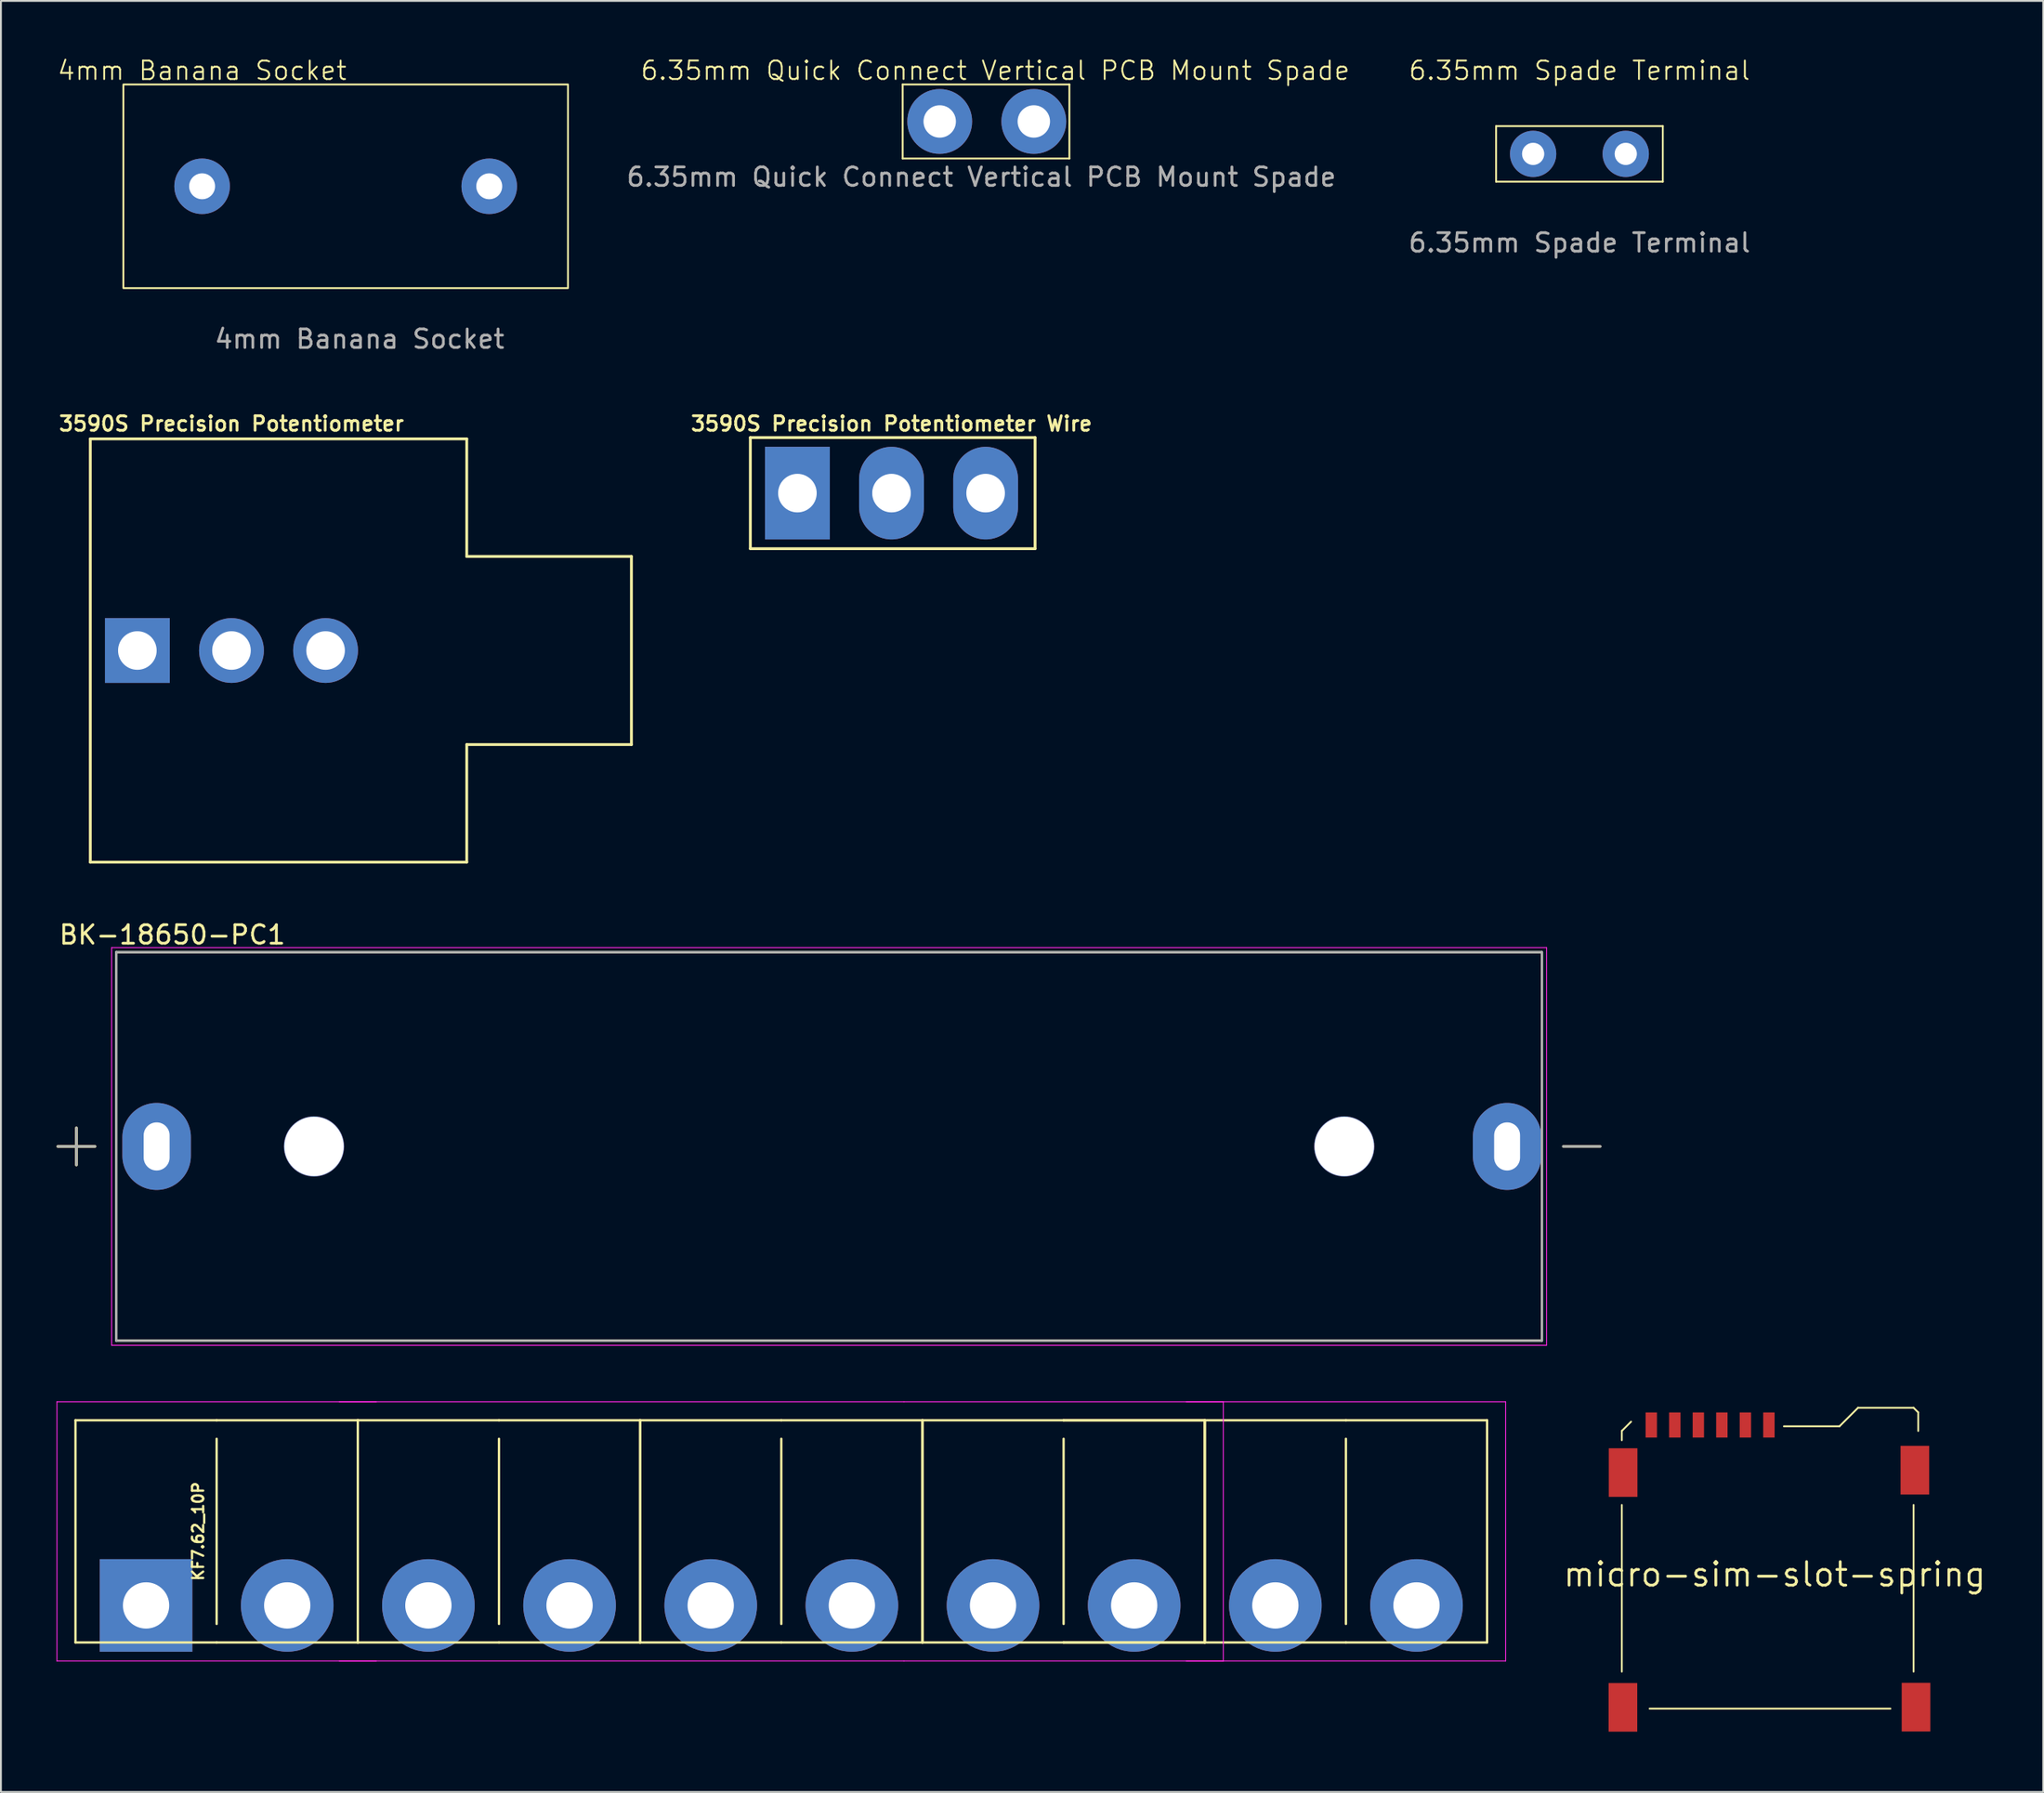
<source format=kicad_pcb>
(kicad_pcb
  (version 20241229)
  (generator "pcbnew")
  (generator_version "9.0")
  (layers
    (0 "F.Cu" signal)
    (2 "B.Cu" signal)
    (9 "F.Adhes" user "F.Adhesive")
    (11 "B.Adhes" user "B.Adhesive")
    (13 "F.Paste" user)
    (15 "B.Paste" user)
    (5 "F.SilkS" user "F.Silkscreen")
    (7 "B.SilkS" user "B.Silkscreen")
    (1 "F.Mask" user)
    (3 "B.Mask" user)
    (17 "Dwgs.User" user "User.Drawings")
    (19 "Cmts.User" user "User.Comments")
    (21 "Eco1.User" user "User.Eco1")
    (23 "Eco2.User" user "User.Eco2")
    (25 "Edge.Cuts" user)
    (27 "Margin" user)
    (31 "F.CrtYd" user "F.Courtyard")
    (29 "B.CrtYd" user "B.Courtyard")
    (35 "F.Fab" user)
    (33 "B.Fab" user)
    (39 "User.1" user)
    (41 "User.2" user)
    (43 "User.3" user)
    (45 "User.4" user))
  (footprint "micro-sim-slot-spring"
    (layer "F.Cu")
    (at 92.748 81.982)
    (property "Reference" "micro-sim-slot-spring" (at 0 0 0) (layer "F.SilkS") (effects (font (size 1.27 1.27) (thickness 0.15))))
    (attr through_hole)
    (fp_line (start -8.25 -7.75) (end -7.75 -8.25) (stroke (width 0.1) (type default)) (layer "F.SilkS"))
    (fp_line (start -8.25 -7.25) (end -8.25 -7.75) (stroke (width 0.1) (type default)) (layer "F.SilkS"))
    (fp_line (start -8.25 -3.75) (end -8.25 5.25) (stroke (width 0.1) (type default)) (layer "F.SilkS"))
    (fp_line (start -6.75 7.25) (end 6.25 7.25) (stroke (width 0.1) (type default)) (layer "F.SilkS"))
    (fp_line (start 0.5 -8) (end 3.5 -8) (stroke (width 0.1) (type default)) (layer "F.SilkS"))
    (fp_line (start 3.5 -8) (end 4.5 -9) (stroke (width 0.1) (type default)) (layer "F.SilkS"))
    (fp_line (start 4.5 -9) (end 7.5 -9) (stroke (width 0.1) (type default)) (layer "F.SilkS"))
    (fp_line (start 7.5 -9) (end 7.75 -8.75) (stroke (width 0.1) (type default)) (layer "F.SilkS"))
    (fp_line (start 7.5 -3.75) (end 7.5 5.25) (stroke (width 0.1) (type default)) (layer "F.SilkS"))
    (fp_line (start 7.75 -8.75) (end 7.75 -7.75) (stroke (width 0.1) (type default)) (layer "F.SilkS"))
    (fp_rect (start -9.2 -9.3) (end 8.6 8.7) (stroke (width 0.1) (type default)) (fill no) (layer "Margin"))
    (pad "1" smd rect (at -5.39 -8.07) (size 0.614 1.355) (layers "F.Cu" "F.Mask" "F.Paste"))
    (pad "2" smd rect (at -2.85 -8.07) (size 0.614 1.355) (layers "F.Cu" "F.Mask" "F.Paste"))
    (pad "3" smd rect (at -0.31 -8.07) (size 0.614 1.355) (layers "F.Cu" "F.Mask" "F.Paste"))
    (pad "4" smd rect (at -8.19 7.18) (size 1.545 2.625) (layers "F.Cu" "F.Mask" "F.Paste"))
    (pad "4" smd rect (at -8.18 -5.5) (size 1.545 2.625) (layers "F.Cu" "F.Mask" "F.Paste"))
    (pad "4" smd rect (at 7.57 -5.63) (size 1.545 2.625) (layers "F.Cu" "F.Mask" "F.Paste"))
    (pad "4" smd rect (at 7.63 7.17) (size 1.545 2.625) (layers "F.Cu" "F.Mask" "F.Paste"))
    (pad "5" smd rect (at -6.66 -8.07) (size 0.614 1.355) (layers "F.Cu" "F.Mask" "F.Paste"))
    (pad "6" smd rect (at -4.12 -8.07) (size 0.614 1.355) (layers "F.Cu" "F.Mask" "F.Paste"))
    (pad "7" smd rect (at -1.58 -8.07) (size 0.614 1.355) (layers "F.Cu" "F.Mask" "F.Paste")))
  (footprint "BK-18650-PC1"
    (layer "F.Cu")
    (at 41.705 58.867)
    (property "Reference" "BK-18650-PC1" (at -35.455 -11.43 0) (layer "F.SilkS") (effects (font (size 1 1) (thickness 0.15))))
    (attr through_hole)
    (fp_line (start -41.63 0) (end -39.63 0) (stroke (width 0.15) (type solid)) (layer "F.SilkS"))
    (fp_line (start -40.63 -1) (end -40.63 1) (stroke (width 0.15) (type solid)) (layer "F.SilkS"))
    (fp_line (start -38.48 -10.49) (end 38.48 -10.49) (stroke (width 0.127) (type solid)) (layer "F.SilkS"))
    (fp_line (start -38.48 10.49) (end -38.48 -10.49) (stroke (width 0.127) (type solid)) (layer "F.SilkS"))
    (fp_line (start 38.48 -10.49) (end 38.48 10.49) (stroke (width 0.127) (type solid)) (layer "F.SilkS"))
    (fp_line (start 38.48 10.49) (end -38.48 10.49) (stroke (width 0.127) (type solid)) (layer "F.SilkS"))
    (fp_line (start 39.63 0) (end 41.63 0) (stroke (width 0.127) (type solid)) (layer "F.SilkS"))
    (fp_line (start -38.73 -10.74) (end 38.73 -10.74) (stroke (width 0.05) (type solid)) (layer "F.CrtYd"))
    (fp_line (start -38.73 10.74) (end -38.73 -10.74) (stroke (width 0.05) (type solid)) (layer "F.CrtYd"))
    (fp_line (start 38.73 -10.74) (end 38.73 10.74) (stroke (width 0.05) (type solid)) (layer "F.CrtYd"))
    (fp_line (start 38.73 10.74) (end -38.73 10.74) (stroke (width 0.05) (type solid)) (layer "F.CrtYd"))
    (fp_line (start -41.63 0) (end -39.63 0) (stroke (width 0.127) (type solid)) (layer "F.Fab"))
    (fp_line (start -40.63 -1) (end -40.63 1) (stroke (width 0.127) (type solid)) (layer "F.Fab"))
    (fp_line (start -38.48 -10.49) (end 38.48 -10.49) (stroke (width 0.127) (type solid)) (layer "F.Fab"))
    (fp_line (start -38.48 10.49) (end -38.48 -10.49) (stroke (width 0.127) (type solid)) (layer "F.Fab"))
    (fp_line (start 38.48 -10.49) (end 38.48 10.49) (stroke (width 0.127) (type solid)) (layer "F.Fab"))
    (fp_line (start 38.48 10.49) (end -38.48 10.49) (stroke (width 0.127) (type solid)) (layer "F.Fab"))
    (fp_line (start 39.63 0) (end 41.63 0) (stroke (width 0.127) (type solid)) (layer "F.Fab"))
    (pad "" np_thru_hole circle (at -27.805 0) (size 3.25 3.25) (drill 3.2) (layers "*.Cu" "*.Mask"))
    (pad "" np_thru_hole circle (at 27.81 0) (size 3.25 3.25) (drill 3.2) (layers "*.Cu" "*.Mask"))
    (pad "+" thru_hole oval (at -36.3 0) (size 3.7 4.7) (drill oval 1.4 2.6) (layers "*.Cu" "*.Mask"))
    (pad "-" thru_hole oval (at 36.6 0) (size 3.7 4.7) (drill oval 1.4 2.6) (layers "*.Cu" "*.Mask")))
  (footprint "6.35mm Spade Terminal"
    (layer "F.Cu")
    (at 82.21 5.261)
    (property "Reference" "6.35mm Spade Terminal" (at 0 -4.5 0) (unlocked yes) (layer "F.SilkS") (effects (font (size 1 1) (thickness 0.1))))
    (attr through_hole)
    (fp_line (start -4.5 -1.5) (end -4.5 1.5) (stroke (width 0.1) (type default)) (layer "F.SilkS"))
    (fp_line (start -4.5 -1.5) (end 4.5 -1.5) (stroke (width 0.1) (type default)) (layer "F.SilkS"))
    (fp_line (start -4.5 1.5) (end 4.5 1.5) (stroke (width 0.1) (type default)) (layer "F.SilkS"))
    (fp_line (start 4.5 -1.5) (end 4.5 1.5) (stroke (width 0.1) (type default)) (layer "F.SilkS"))
    (fp_text user "${REFERENCE}" (at 0 4.8 0) (unlocked yes) (layer "F.Fab") (effects (font (size 1 1) (thickness 0.15))))
    (pad "1" thru_hole circle (at -2.5 0) (size 2.5 2.5) (drill 1.2) (layers "*.Cu" "*.Mask"))
    (pad "1" thru_hole circle (at 2.5 0) (size 2.5 2.5) (drill 1.2) (layers "*.Cu" "*.Mask")))
  (footprint "6.35mm Quick Connect Vertical PCB Mount Spade"
    (layer "F.Cu")
    (at 50.177 3.51)
    (property "Reference" "6.35mm Quick Connect Vertical PCB Mount Spade" (at 0.5 -2.75 0) (unlocked yes) (layer "F.SilkS") (effects (font (size 1 1) (thickness 0.1))))
    (attr through_hole)
    (fp_line (start -4.5 -2) (end 4.5 -2) (stroke (width 0.1) (type default)) (layer "F.SilkS"))
    (fp_line (start -4.5 2) (end -4.5 -2) (stroke (width 0.1) (type default)) (layer "F.SilkS"))
    (fp_line (start 4.5 -2) (end 4.5 2) (stroke (width 0.1) (type default)) (layer "F.SilkS"))
    (fp_line (start 4.5 2) (end -4.5 2) (stroke (width 0.1) (type default)) (layer "F.SilkS"))
    (fp_text user "${REFERENCE}" (at -0.25 3 0) (unlocked yes) (layer "F.Fab") (effects (font (size 1 1) (thickness 0.15))))
    (pad "1" thru_hole circle (at -2.5 0) (size 3.5 3.5) (drill 1.75) (layers "*.Cu" "*.Mask"))
    (pad "1" thru_hole circle (at 2.58 0) (size 3.5 3.5) (drill 1.75) (layers "*.Cu" "*.Mask")))
  (footprint "KF7.62_10P"
    (layer "F.Cu")
    (at 4.835 83.657)
    (property "Reference" "KF7.62_10P" (at 2.81 -4 90) (layer "F.SilkS") (effects (font (size 0.6 0.6) (thickness 0.125))))
    (attr through_hole)
    (fp_line (start -3.81 -10) (end -3.81 2) (stroke (width 0.125) (type solid)) (layer "F.SilkS"))
    (fp_line (start -3.81 2) (end 3.81 2) (stroke (width 0.125) (type solid)) (layer "F.SilkS"))
    (fp_line (start 3.81 -10) (end -3.81 -10) (stroke (width 0.125) (type solid)) (layer "F.SilkS"))
    (fp_line (start 3.81 -10) (end 11.43 -10) (stroke (width 0.125) (type solid)) (layer "F.SilkS"))
    (fp_line (start 3.81 1) (end 3.81 -9) (stroke (width 0.125) (type solid)) (layer "F.SilkS"))
    (fp_line (start 11.43 -10) (end 11.43 2) (stroke (width 0.125) (type solid)) (layer "F.SilkS"))
    (fp_line (start 11.43 -10) (end 11.43 2) (stroke (width 0.125) (type solid)) (layer "F.SilkS"))
    (fp_line (start 11.43 2) (end 3.81 2) (stroke (width 0.125) (type solid)) (layer "F.SilkS"))
    (fp_line (start 11.43 2) (end 19.05 2) (stroke (width 0.125) (type solid)) (layer "F.SilkS"))
    (fp_line (start 19.05 -10) (end 11.43 -10) (stroke (width 0.125) (type solid)) (layer "F.SilkS"))
    (fp_line (start 19.05 -10) (end 26.67 -10) (stroke (width 0.125) (type solid)) (layer "F.SilkS"))
    (fp_line (start 19.05 1) (end 19.05 -9) (stroke (width 0.125) (type solid)) (layer "F.SilkS"))
    (fp_line (start 26.67 -10) (end 26.67 2) (stroke (width 0.125) (type solid)) (layer "F.SilkS"))
    (fp_line (start 26.67 -10) (end 26.67 2) (stroke (width 0.125) (type solid)) (layer "F.SilkS"))
    (fp_line (start 26.67 2) (end 19.05 2) (stroke (width 0.125) (type solid)) (layer "F.SilkS"))
    (fp_line (start 26.67 2) (end 34.29 2) (stroke (width 0.125) (type solid)) (layer "F.SilkS"))
    (fp_line (start 34.29 -10) (end 26.67 -10) (stroke (width 0.125) (type solid)) (layer "F.SilkS"))
    (fp_line (start 34.29 -10) (end 41.91 -10) (stroke (width 0.125) (type solid)) (layer "F.SilkS"))
    (fp_line (start 34.29 1) (end 34.29 -9) (stroke (width 0.125) (type solid)) (layer "F.SilkS"))
    (fp_line (start 41.91 -10) (end 41.91 2) (stroke (width 0.125) (type solid)) (layer "F.SilkS"))
    (fp_line (start 41.91 -10) (end 41.91 2) (stroke (width 0.125) (type solid)) (layer "F.SilkS"))
    (fp_line (start 41.91 2) (end 34.29 2) (stroke (width 0.125) (type solid)) (layer "F.SilkS"))
    (fp_line (start 41.91 2) (end 49.53 2) (stroke (width 0.125) (type solid)) (layer "F.SilkS"))
    (fp_line (start 49.53 -10) (end 41.91 -10) (stroke (width 0.125) (type solid)) (layer "F.SilkS"))
    (fp_line (start 49.53 -10) (end 57.15 -10) (stroke (width 0.125) (type solid)) (layer "F.SilkS"))
    (fp_line (start 49.53 -10) (end 57.15 -10) (stroke (width 0.125) (type solid)) (layer "F.SilkS"))
    (fp_line (start 49.53 1) (end 49.53 -9) (stroke (width 0.125) (type solid)) (layer "F.SilkS"))
    (fp_line (start 57.15 -10) (end 57.15 2) (stroke (width 0.125) (type solid)) (layer "F.SilkS"))
    (fp_line (start 57.15 -10) (end 57.15 2) (stroke (width 0.125) (type solid)) (layer "F.SilkS"))
    (fp_line (start 57.15 -10) (end 57.15 2) (stroke (width 0.125) (type solid)) (layer "F.SilkS"))
    (fp_line (start 57.15 2) (end 49.53 2) (stroke (width 0.125) (type solid)) (layer "F.SilkS"))
    (fp_line (start 57.15 2) (end 49.53 2) (stroke (width 0.125) (type solid)) (layer "F.SilkS"))
    (fp_line (start 57.15 2) (end 64.77 2) (stroke (width 0.125) (type solid)) (layer "F.SilkS"))
    (fp_line (start 64.77 -10) (end 57.15 -10) (stroke (width 0.125) (type solid)) (layer "F.SilkS"))
    (fp_line (start 64.77 -10) (end 72.39 -10) (stroke (width 0.125) (type solid)) (layer "F.SilkS"))
    (fp_line (start 64.77 1) (end 64.77 -9) (stroke (width 0.125) (type solid)) (layer "F.SilkS"))
    (fp_line (start 72.39 -10) (end 72.39 2) (stroke (width 0.125) (type solid)) (layer "F.SilkS"))
    (fp_line (start 72.39 2) (end 64.77 2) (stroke (width 0.125) (type solid)) (layer "F.SilkS"))
    (fp_line (start -4.81 -11) (end -4.81 3) (stroke (width 0.05) (type solid)) (layer "F.CrtYd"))
    (fp_line (start -4.81 -11) (end 12.43 -11) (stroke (width 0.05) (type solid)) (layer "F.CrtYd"))
    (fp_line (start 10.43 -11) (end 40.91 -11) (stroke (width 0.05) (type solid)) (layer "F.CrtYd"))
    (fp_line (start 12.43 3) (end -4.81 3) (stroke (width 0.05) (type solid)) (layer "F.CrtYd"))
    (fp_line (start 40.91 -11) (end 58.15 -11) (stroke (width 0.05) (type solid)) (layer "F.CrtYd"))
    (fp_line (start 40.91 3) (end 10.43 3) (stroke (width 0.05) (type solid)) (layer "F.CrtYd"))
    (fp_line (start 56.15 -11) (end 73.39 -11) (stroke (width 0.05) (type solid)) (layer "F.CrtYd"))
    (fp_line (start 58.15 -11) (end 58.15 3) (stroke (width 0.05) (type solid)) (layer "F.CrtYd"))
    (fp_line (start 58.15 3) (end 40.91 3) (stroke (width 0.05) (type solid)) (layer "F.CrtYd"))
    (fp_line (start 73.39 -11) (end 73.39 3) (stroke (width 0.05) (type solid)) (layer "F.CrtYd"))
    (fp_line (start 73.39 3) (end 56.15 3) (stroke (width 0.05) (type solid)) (layer "F.CrtYd"))
    (pad "1" thru_hole rect (at 0 0) (size 5 5) (drill 2.5) (layers "*.Cu" "*.Mask"))
    (pad "2" thru_hole circle (at 7.62 0) (size 5 5) (drill 2.5) (layers "*.Cu" "*.Mask"))
    (pad "3" thru_hole circle (at 15.24 0) (size 5 5) (drill 2.5) (layers "*.Cu" "*.Mask"))
    (pad "4" thru_hole circle (at 22.86 0) (size 5 5) (drill 2.5) (layers "*.Cu" "*.Mask"))
    (pad "5" thru_hole circle (at 30.48 0) (size 5 5) (drill 2.5) (layers "*.Cu" "*.Mask"))
    (pad "6" thru_hole circle (at 38.1 0) (size 5 5) (drill 2.5) (layers "*.Cu" "*.Mask"))
    (pad "7" thru_hole circle (at 45.72 0) (size 5 5) (drill 2.5) (layers "*.Cu" "*.Mask"))
    (pad "8" thru_hole circle (at 53.34 0) (size 5 5) (drill 2.5) (layers "*.Cu" "*.Mask"))
    (pad "9" thru_hole circle (at 60.96 0) (size 5 5) (drill 2.5) (layers "*.Cu" "*.Mask"))
    (pad "10" thru_hole circle (at 68.58 0) (size 5 5) (drill 2.5) (layers "*.Cu" "*.Mask")))
  (footprint "3590S Precision Potentiometer"
    (layer "F.Cu")
    (at 9.445 32.083)
    (property "Reference" "3590S Precision Potentiometer" (at 0 -12.25 0) (layer "F.SilkS") (effects (font (size 0.787 0.787) (thickness 0.15))))
    (attr through_hole)
    (fp_line (start -7.62 -11.43) (end 12.7 -11.43) (stroke (width 0.152) (type solid)) (layer "F.SilkS"))
    (fp_line (start -7.62 11.43) (end -7.62 -11.43) (stroke (width 0.152) (type solid)) (layer "F.SilkS"))
    (fp_line (start 12.7 -11.43) (end 12.7 -5.08) (stroke (width 0.152) (type solid)) (layer "F.SilkS"))
    (fp_line (start 12.7 -5.08) (end 21.59 -5.08) (stroke (width 0.152) (type solid)) (layer "F.SilkS"))
    (fp_line (start 12.7 5.08) (end 12.7 11.43) (stroke (width 0.152) (type solid)) (layer "F.SilkS"))
    (fp_line (start 12.7 11.43) (end -7.62 11.43) (stroke (width 0.152) (type solid)) (layer "F.SilkS"))
    (fp_line (start 21.59 -5.08) (end 21.59 5.08) (stroke (width 0.152) (type solid)) (layer "F.SilkS"))
    (fp_line (start 21.59 5.08) (end 12.7 5.08) (stroke (width 0.152) (type solid)) (layer "F.SilkS"))
    (pad "1" thru_hole circle (at 0 0) (size 3.5 3.5) (drill 2.083) (layers "*.Cu" "*.Mask"))
    (pad "2" thru_hole rect (at -5.08 0) (size 3.5 3.5) (drill 2.083) (layers "*.Cu" "*.Mask"))
    (pad "3" thru_hole circle (at 5.08 0) (size 3.5 3.5) (drill 2.083) (layers "*.Cu" "*.Mask")))
  (footprint "3590S Precision Potentiometer Wire"
    (layer "F.Cu")
    (at 45.075 23.583)
    (property "Reference" "3590S Precision Potentiometer Wire" (at 0 -3.75 0) (layer "F.SilkS") (effects (font (size 0.787 0.787) (thickness 0.15))))
    (attr through_hole)
    (fp_line (start -7.62 -3) (end 7.75 -3) (stroke (width 0.152) (type solid)) (layer "F.SilkS"))
    (fp_line (start -7.62 3) (end -7.62 -3) (stroke (width 0.152) (type solid)) (layer "F.SilkS"))
    (fp_line (start 7.75 3) (end -7.62 3) (stroke (width 0.152) (type solid)) (layer "F.SilkS"))
    (fp_line (start 7.75 3) (end 7.75 -3) (stroke (width 0.152) (type solid)) (layer "F.SilkS"))
    (pad "1" thru_hole oval (at 0 0) (size 3.5 5) (drill 2.083) (layers "*.Cu" "*.Mask"))
    (pad "2" thru_hole rect (at -5.08 0) (size 3.5 5) (drill 2.083) (layers "*.Cu" "*.Mask"))
    (pad "3" thru_hole oval (at 5.08 0) (size 3.5 5) (drill 2.083) (layers "*.Cu" "*.Mask")))
  (footprint "4mm Banana Socket"
    (layer "F.Cu")
    (at 16.36 7.011)
    (property "Reference" "4mm Banana Socket" (at -8.5 -6.25 0) (unlocked yes) (layer "F.SilkS") (effects (font (size 1 1) (thickness 0.1))))
    (attr through_hole)
    (fp_rect (start -12.75 -5.5) (end 11.25 5.5) (stroke (width 0.1) (type default)) (fill no) (layer "F.SilkS"))
    (fp_text user "${REFERENCE}" (at 0 8.25 0) (unlocked yes) (layer "F.Fab") (effects (font (size 1 1) (thickness 0.15))))
    (pad "1" thru_hole circle (at -8.5 0) (size 3 3) (drill 1.4) (layers "*.Cu" "*.Mask"))
    (pad "1" thru_hole circle (at 7 0) (size 3 3) (drill 1.4) (layers "*.Cu" "*.Mask")))
  (gr_rect
    (start -3 -3)
    (end 107.246 93.732)
    (stroke (width 0.1) (type default))
    (fill no)
    (layer "Edge.Cuts")))
</source>
